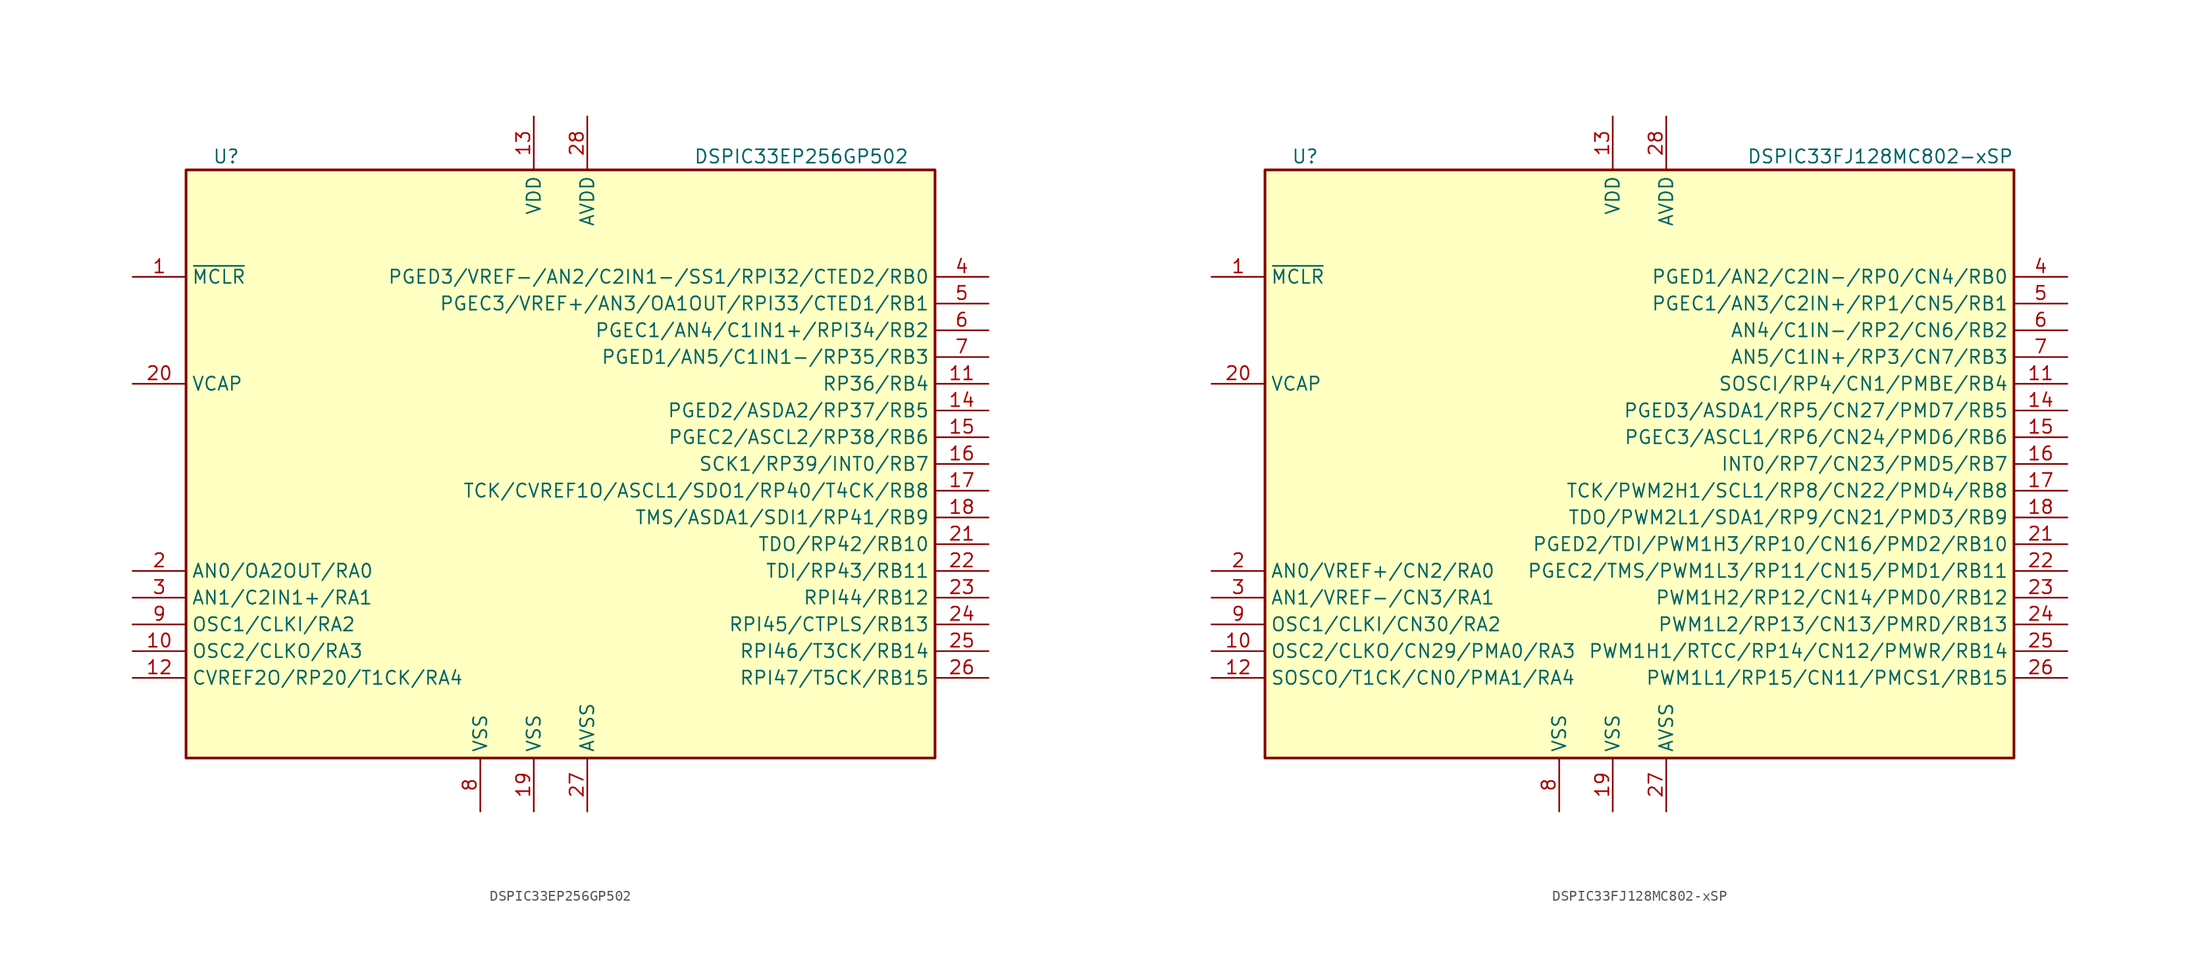
<source format=kicad_sym>
(kicad_symbol_lib
  (version 20231120)
  (generator "kicad_symbol_editor")
  (generator_version "8.0")
  (symbol "DSPIC33EP256GP502"
    (property "Reference" "U"
      (at -31.75 29.21 0)
      (effects (font (size 1.27 1.27))))
    (property "Value" "DSPIC33EP256GP502"
      (at 22.86 29.21 0)
      (effects (font (size 1.27 1.27))))
    (symbol "DSPIC33EP256GP502_0_1"
      (rectangle (start -35.56 27.94) (end 35.56 -27.94) (stroke (width 0.254) (type solid)) (fill (type background))))
    (symbol "DSPIC33EP256GP502_1_1"
      (pin input line (at -40.64 17.78 0) (length 5.08) (name "~{MCLR}" (effects (font (size 1.27 1.27)))) (number "1" (effects (font (size 1.27 1.27)))))
      (pin bidirectional line (at -40.64 -17.78 0) (length 5.08) (name "OSC2/CLKO/RA3" (effects (font (size 1.27 1.27)))) (number "10" (effects (font (size 1.27 1.27)))))
      (pin bidirectional line (at 40.64 7.62 180) (length 5.08) (name "RP36/RB4" (effects (font (size 1.27 1.27)))) (number "11" (effects (font (size 1.27 1.27)))))
      (pin bidirectional line (at -40.64 -20.32 0) (length 5.08) (name "CVREF2O/RP20/T1CK/RA4" (effects (font (size 1.27 1.27)))) (number "12" (effects (font (size 1.27 1.27)))))
      (pin power_in line (at -2.54 33.02 270) (length 5.08) (name "VDD" (effects (font (size 1.27 1.27)))) (number "13" (effects (font (size 1.27 1.27)))))
      (pin bidirectional line (at 40.64 5.08 180) (length 5.08) (name "PGED2/ASDA2/RP37/RB5" (effects (font (size 1.27 1.27)))) (number "14" (effects (font (size 1.27 1.27)))))
      (pin bidirectional line (at 40.64 2.54 180) (length 5.08) (name "PGEC2/ASCL2/RP38/RB6" (effects (font (size 1.27 1.27)))) (number "15" (effects (font (size 1.27 1.27)))))
      (pin bidirectional line (at 40.64 0 180) (length 5.08) (name "SCK1/RP39/INT0/RB7" (effects (font (size 1.27 1.27)))) (number "16" (effects (font (size 1.27 1.27)))))
      (pin bidirectional line (at 40.64 -2.54 180) (length 5.08) (name "TCK/CVREF1O/ASCL1/SDO1/RP40/T4CK/RB8" (effects (font (size 1.27 1.27)))) (number "17" (effects (font (size 1.27 1.27)))))
      (pin bidirectional line (at 40.64 -5.08 180) (length 5.08) (name "TMS/ASDA1/SDI1/RP41/RB9" (effects (font (size 1.27 1.27)))) (number "18" (effects (font (size 1.27 1.27)))))
      (pin power_in line (at -2.54 -33.02 90) (length 5.08) (name "VSS" (effects (font (size 1.27 1.27)))) (number "19" (effects (font (size 1.27 1.27)))))
      (pin bidirectional line (at -40.64 -10.16 0) (length 5.08) (name "AN0/OA2OUT/RA0" (effects (font (size 1.27 1.27)))) (number "2" (effects (font (size 1.27 1.27)))))
      (pin passive line (at -40.64 7.62 0) (length 5.08) (name "VCAP" (effects (font (size 1.27 1.27)))) (number "20" (effects (font (size 1.27 1.27)))))
      (pin bidirectional line (at 40.64 -7.62 180) (length 5.08) (name "TDO/RP42/RB10" (effects (font (size 1.27 1.27)))) (number "21" (effects (font (size 1.27 1.27)))))
      (pin bidirectional line (at 40.64 -10.16 180) (length 5.08) (name "TDI/RP43/RB11" (effects (font (size 1.27 1.27)))) (number "22" (effects (font (size 1.27 1.27)))))
      (pin bidirectional line (at 40.64 -12.7 180) (length 5.08) (name "RPI44/RB12" (effects (font (size 1.27 1.27)))) (number "23" (effects (font (size 1.27 1.27)))))
      (pin bidirectional line (at 40.64 -15.24 180) (length 5.08) (name "RPI45/CTPLS/RB13" (effects (font (size 1.27 1.27)))) (number "24" (effects (font (size 1.27 1.27)))))
      (pin bidirectional line (at 40.64 -17.78 180) (length 5.08) (name "RPI46/T3CK/RB14" (effects (font (size 1.27 1.27)))) (number "25" (effects (font (size 1.27 1.27)))))
      (pin bidirectional line (at 40.64 -20.32 180) (length 5.08) (name "RPI47/T5CK/RB15" (effects (font (size 1.27 1.27)))) (number "26" (effects (font (size 1.27 1.27)))))
      (pin power_in line (at 2.54 -33.02 90) (length 5.08) (name "AVSS" (effects (font (size 1.27 1.27)))) (number "27" (effects (font (size 1.27 1.27)))))
      (pin power_in line (at 2.54 33.02 270) (length 5.08) (name "AVDD" (effects (font (size 1.27 1.27)))) (number "28" (effects (font (size 1.27 1.27)))))
      (pin bidirectional line (at -40.64 -12.7 0) (length 5.08) (name "AN1/C2IN1+/RA1" (effects (font (size 1.27 1.27)))) (number "3" (effects (font (size 1.27 1.27)))))
      (pin bidirectional line (at 40.64 17.78 180) (length 5.08) (name "PGED3/VREF-/AN2/C2IN1-/SS1/RPI32/CTED2/RB0" (effects (font (size 1.27 1.27)))) (number "4" (effects (font (size 1.27 1.27)))))
      (pin bidirectional line (at 40.64 15.24 180) (length 5.08) (name "PGEC3/VREF+/AN3/OA1OUT/RPI33/CTED1/RB1" (effects (font (size 1.27 1.27)))) (number "5" (effects (font (size 1.27 1.27)))))
      (pin bidirectional line (at 40.64 12.7 180) (length 5.08) (name "PGEC1/AN4/C1IN1+/RPI34/RB2" (effects (font (size 1.27 1.27)))) (number "6" (effects (font (size 1.27 1.27)))))
      (pin bidirectional line (at 40.64 10.16 180) (length 5.08) (name "PGED1/AN5/C1IN1-/RP35/RB3" (effects (font (size 1.27 1.27)))) (number "7" (effects (font (size 1.27 1.27)))))
      (pin power_in line (at -7.62 -33.02 90) (length 5.08) (name "VSS" (effects (font (size 1.27 1.27)))) (number "8" (effects (font (size 1.27 1.27)))))
      (pin bidirectional line (at -40.64 -15.24 0) (length 5.08) (name "OSC1/CLKI/RA2" (effects (font (size 1.27 1.27)))) (number "9" (effects (font (size 1.27 1.27)))))))
  (symbol "DSPIC33FJ128MC802-xSP"
    (property "Reference" "U"
      (at -31.75 29.21 0)
      (effects (font (size 1.27 1.27))))
    (property "Value" "DSPIC33FJ128MC802-xSP"
      (at 22.86 29.21 0)
      (effects (font (size 1.27 1.27))))
    (symbol "DSPIC33FJ128MC802-xSP_0_1"
      (rectangle (start -35.56 27.94) (end 35.56 -27.94) (stroke (width 0.254) (type solid)) (fill (type background))))
    (symbol "DSPIC33FJ128MC802-xSP_1_1"
      (pin input line (at -40.64 17.78 0) (length 5.08) (name "~{MCLR}" (effects (font (size 1.27 1.27)))) (number "1" (effects (font (size 1.27 1.27)))))
      (pin bidirectional line (at -40.64 -17.78 0) (length 5.08) (name "OSC2/CLKO/CN29/PMA0/RA3" (effects (font (size 1.27 1.27)))) (number "10" (effects (font (size 1.27 1.27)))))
      (pin bidirectional line (at 40.64 7.62 180) (length 5.08) (name "SOSCI/RP4/CN1/PMBE/RB4" (effects (font (size 1.27 1.27)))) (number "11" (effects (font (size 1.27 1.27)))))
      (pin bidirectional line (at -40.64 -20.32 0) (length 5.08) (name "SOSCO/T1CK/CN0/PMA1/RA4" (effects (font (size 1.27 1.27)))) (number "12" (effects (font (size 1.27 1.27)))))
      (pin power_in line (at -2.54 33.02 270) (length 5.08) (name "VDD" (effects (font (size 1.27 1.27)))) (number "13" (effects (font (size 1.27 1.27)))))
      (pin bidirectional line (at 40.64 5.08 180) (length 5.08) (name "PGED3/ASDA1/RP5/CN27/PMD7/RB5" (effects (font (size 1.27 1.27)))) (number "14" (effects (font (size 1.27 1.27)))))
      (pin bidirectional line (at 40.64 2.54 180) (length 5.08) (name "PGEC3/ASCL1/RP6/CN24/PMD6/RB6" (effects (font (size 1.27 1.27)))) (number "15" (effects (font (size 1.27 1.27)))))
      (pin bidirectional line (at 40.64 0 180) (length 5.08) (name "INT0/RP7/CN23/PMD5/RB7" (effects (font (size 1.27 1.27)))) (number "16" (effects (font (size 1.27 1.27)))))
      (pin bidirectional line (at 40.64 -2.54 180) (length 5.08) (name "TCK/PWM2H1/SCL1/RP8/CN22/PMD4/RB8" (effects (font (size 1.27 1.27)))) (number "17" (effects (font (size 1.27 1.27)))))
      (pin bidirectional line (at 40.64 -5.08 180) (length 5.08) (name "TDO/PWM2L1/SDA1/RP9/CN21/PMD3/RB9" (effects (font (size 1.27 1.27)))) (number "18" (effects (font (size 1.27 1.27)))))
      (pin power_in line (at -2.54 -33.02 90) (length 5.08) (name "VSS" (effects (font (size 1.27 1.27)))) (number "19" (effects (font (size 1.27 1.27)))))
      (pin bidirectional line (at -40.64 -10.16 0) (length 5.08) (name "AN0/VREF+/CN2/RA0" (effects (font (size 1.27 1.27)))) (number "2" (effects (font (size 1.27 1.27)))))
      (pin passive line (at -40.64 7.62 0) (length 5.08) (name "VCAP" (effects (font (size 1.27 1.27)))) (number "20" (effects (font (size 1.27 1.27)))))
      (pin bidirectional line (at 40.64 -7.62 180) (length 5.08) (name "PGED2/TDI/PWM1H3/RP10/CN16/PMD2/RB10" (effects (font (size 1.27 1.27)))) (number "21" (effects (font (size 1.27 1.27)))))
      (pin bidirectional line (at 40.64 -10.16 180) (length 5.08) (name "PGEC2/TMS/PWM1L3/RP11/CN15/PMD1/RB11" (effects (font (size 1.27 1.27)))) (number "22" (effects (font (size 1.27 1.27)))))
      (pin bidirectional line (at 40.64 -12.7 180) (length 5.08) (name "PWM1H2/RP12/CN14/PMD0/RB12" (effects (font (size 1.27 1.27)))) (number "23" (effects (font (size 1.27 1.27)))))
      (pin bidirectional line (at 40.64 -15.24 180) (length 5.08) (name "PWM1L2/RP13/CN13/PMRD/RB13" (effects (font (size 1.27 1.27)))) (number "24" (effects (font (size 1.27 1.27)))))
      (pin bidirectional line (at 40.64 -17.78 180) (length 5.08) (name "PWM1H1/RTCC/RP14/CN12/PMWR/RB14" (effects (font (size 1.27 1.27)))) (number "25" (effects (font (size 1.27 1.27)))))
      (pin bidirectional line (at 40.64 -20.32 180) (length 5.08) (name "PWM1L1/RP15/CN11/PMCS1/RB15" (effects (font (size 1.27 1.27)))) (number "26" (effects (font (size 1.27 1.27)))))
      (pin power_in line (at 2.54 -33.02 90) (length 5.08) (name "AVSS" (effects (font (size 1.27 1.27)))) (number "27" (effects (font (size 1.27 1.27)))))
      (pin power_in line (at 2.54 33.02 270) (length 5.08) (name "AVDD" (effects (font (size 1.27 1.27)))) (number "28" (effects (font (size 1.27 1.27)))))
      (pin bidirectional line (at -40.64 -12.7 0) (length 5.08) (name "AN1/VREF-/CN3/RA1" (effects (font (size 1.27 1.27)))) (number "3" (effects (font (size 1.27 1.27)))))
      (pin bidirectional line (at 40.64 17.78 180) (length 5.08) (name "PGED1/AN2/C2IN-/RP0/CN4/RB0" (effects (font (size 1.27 1.27)))) (number "4" (effects (font (size 1.27 1.27)))))
      (pin bidirectional line (at 40.64 15.24 180) (length 5.08) (name "PGEC1/AN3/C2IN+/RP1/CN5/RB1" (effects (font (size 1.27 1.27)))) (number "5" (effects (font (size 1.27 1.27)))))
      (pin bidirectional line (at 40.64 12.7 180) (length 5.08) (name "AN4/C1IN-/RP2/CN6/RB2" (effects (font (size 1.27 1.27)))) (number "6" (effects (font (size 1.27 1.27)))))
      (pin bidirectional line (at 40.64 10.16 180) (length 5.08) (name "AN5/C1IN+/RP3/CN7/RB3" (effects (font (size 1.27 1.27)))) (number "7" (effects (font (size 1.27 1.27)))))
      (pin power_in line (at -7.62 -33.02 90) (length 5.08) (name "VSS" (effects (font (size 1.27 1.27)))) (number "8" (effects (font (size 1.27 1.27)))))
      (pin bidirectional line (at -40.64 -15.24 0) (length 5.08) (name "OSC1/CLKI/CN30/RA2" (effects (font (size 1.27 1.27)))) (number "9" (effects (font (size 1.27 1.27))))))))
</source>
